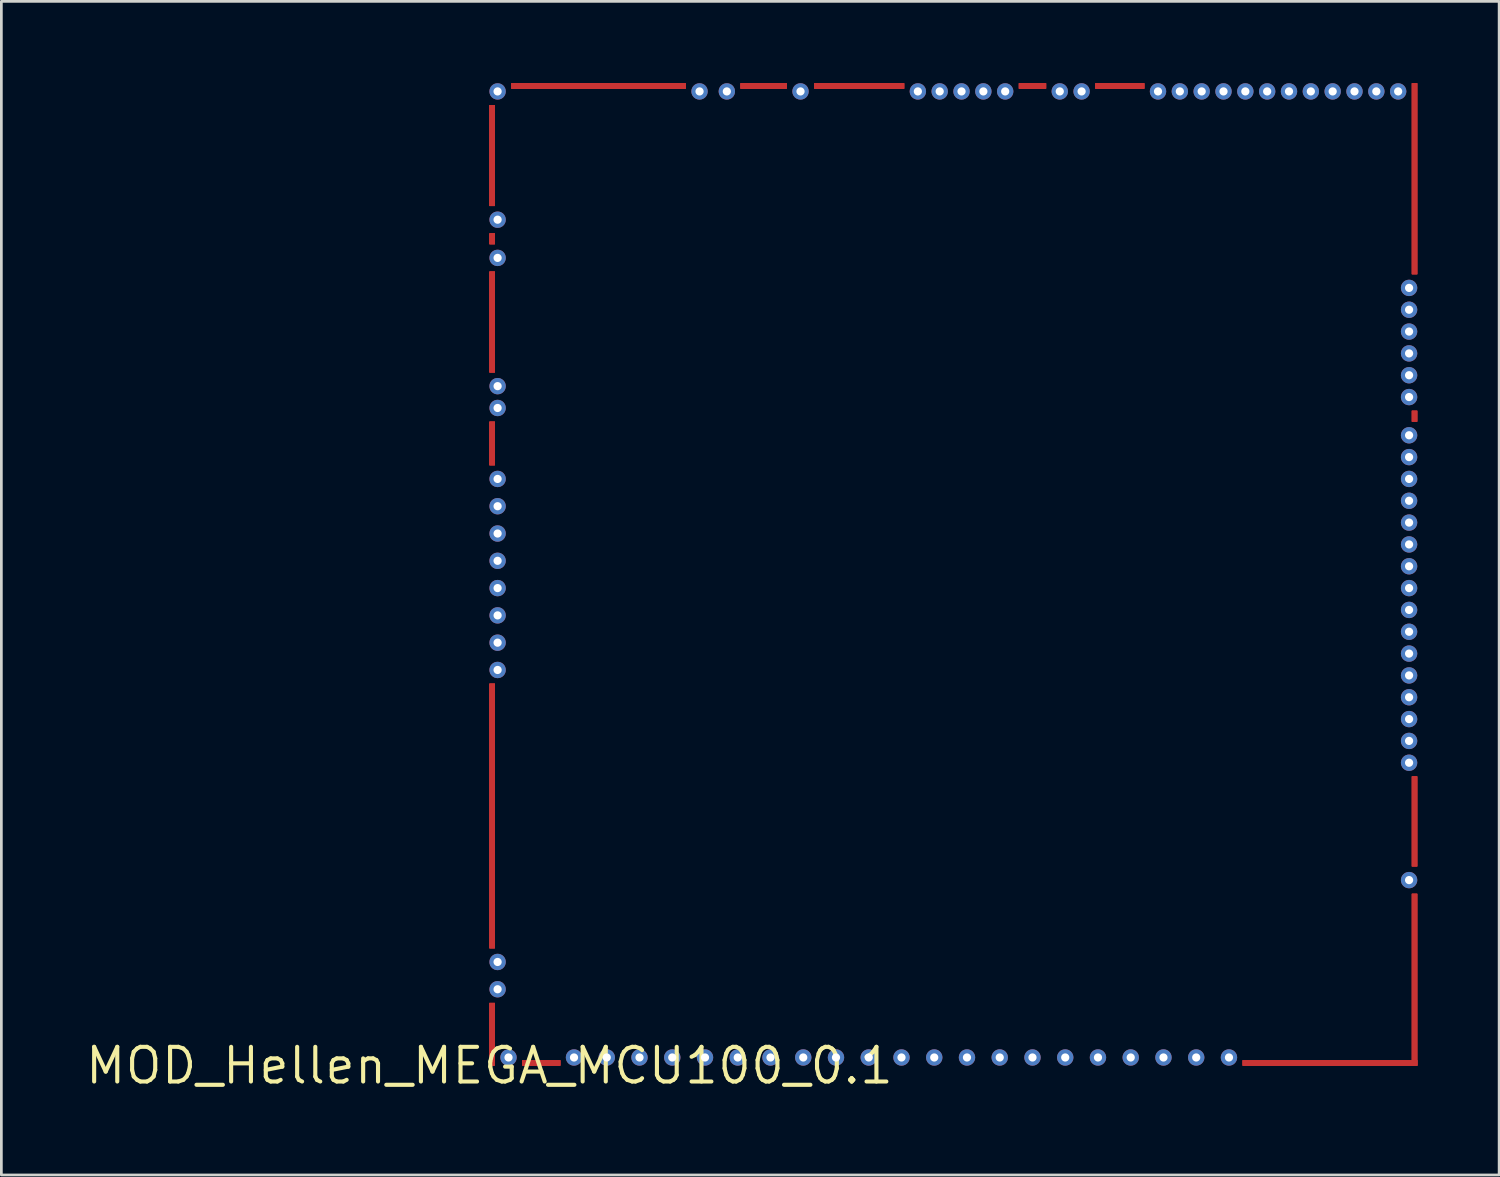
<source format=kicad_pcb>
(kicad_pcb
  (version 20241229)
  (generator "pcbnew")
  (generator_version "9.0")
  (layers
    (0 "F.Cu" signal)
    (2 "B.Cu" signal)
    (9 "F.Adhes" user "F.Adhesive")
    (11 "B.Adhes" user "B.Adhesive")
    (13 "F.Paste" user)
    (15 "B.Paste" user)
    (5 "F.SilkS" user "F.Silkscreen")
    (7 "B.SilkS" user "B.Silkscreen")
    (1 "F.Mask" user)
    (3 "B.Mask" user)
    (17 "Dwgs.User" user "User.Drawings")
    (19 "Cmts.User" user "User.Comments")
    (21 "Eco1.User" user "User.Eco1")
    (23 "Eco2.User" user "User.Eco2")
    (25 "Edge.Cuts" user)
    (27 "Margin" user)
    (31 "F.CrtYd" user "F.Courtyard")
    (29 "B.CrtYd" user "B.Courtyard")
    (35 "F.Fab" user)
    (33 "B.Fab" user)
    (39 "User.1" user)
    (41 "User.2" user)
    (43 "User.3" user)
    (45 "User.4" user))
  (footprint "MOD_Hellen_MEGA_MCU100_0.1"
    (layer "F.Cu")
    (at 14.884 36)
    (property "Reference" "MOD_Hellen_MEGA_MCU100_0.1" (at 0 0 0) (layer "F.SilkS") (effects (font (size 1.27 1.27) (thickness 0.15))))
    (attr through_hole)
    (pad "1" thru_hole oval (at 33.7 -6.8 270) (size 0.6 0.6) (drill 0.3) (layers "F.Cu" "F.Mask"))
    (pad "2" thru_hole oval (at 33.7 -11.1 270) (size 0.6 0.6) (drill 0.3) (layers "F.Cu" "F.Mask"))
    (pad "3" thru_hole oval (at 33.7 -11.9 180) (size 0.6 0.6) (drill 0.3) (layers "F.Cu" "F.Mask"))
    (pad "4" thru_hole oval (at 33.7 -12.7 180) (size 0.6 0.6) (drill 0.3) (layers "F.Cu" "F.Mask"))
    (pad "5" thru_hole oval (at 33.7 -13.5 270) (size 0.6 0.6) (drill 0.3) (layers "F.Cu" "F.Mask"))
    (pad "6" thru_hole oval (at 33.7 -14.3) (size 0.6 0.6) (drill 0.3) (layers "F.Cu" "F.Mask"))
    (pad "7" thru_hole oval (at 33.7 -15.1) (size 0.6 0.6) (drill 0.3) (layers "F.Cu" "F.Mask"))
    (pad "8" thru_hole oval (at 33.7 -15.9) (size 0.6 0.6) (drill 0.3) (layers "F.Cu" "F.Mask"))
    (pad "9" thru_hole oval (at 33.7 -16.7) (size 0.6 0.6) (drill 0.3) (layers "F.Cu" "F.Mask"))
    (pad "10" thru_hole oval (at 33.7 -17.5 180) (size 0.6 0.6) (drill 0.3) (layers "F.Cu" "F.Mask"))
    (pad "11" thru_hole oval (at 33.7 -18.3 180) (size 0.6 0.6) (drill 0.3) (layers "F.Cu" "F.Mask"))
    (pad "12" thru_hole oval (at 33.7 -19.1 180) (size 0.6 0.6) (drill 0.3) (layers "F.Cu" "F.Mask"))
    (pad "13" thru_hole oval (at 33.7 -19.9 180) (size 0.6 0.6) (drill 0.3) (layers "F.Cu" "F.Mask"))
    (pad "14" thru_hole oval (at 33.7 -20.7 180) (size 0.6 0.6) (drill 0.3) (layers "F.Cu" "F.Mask"))
    (pad "15" thru_hole oval (at 33.7 -21.5 180) (size 0.6 0.6) (drill 0.3) (layers "F.Cu" "F.Mask"))
    (pad "16" thru_hole oval (at 33.7 -22.3 270) (size 0.6 0.6) (drill 0.3) (layers "F.Cu" "F.Mask"))
    (pad "17" thru_hole oval (at 33.7 -23.1 270) (size 0.6 0.6) (drill 0.3) (layers "F.Cu" "F.Mask"))
    (pad "18" thru_hole oval (at 33.7 -24.5 270) (size 0.6 0.6) (drill 0.3) (layers "F.Cu" "F.Mask"))
    (pad "19" thru_hole oval (at 33.7 -25.3 270) (size 0.6 0.6) (drill 0.3) (layers "F.Cu" "F.Mask"))
    (pad "20" thru_hole oval (at 33.7 -26.1 270) (size 0.6 0.6) (drill 0.3) (layers "F.Cu" "F.Mask"))
    (pad "21" thru_hole oval (at 33.7 -26.9 270) (size 0.6 0.6) (drill 0.3) (layers "F.Cu" "F.Mask"))
    (pad "22" thru_hole oval (at 33.7 -27.7 270) (size 0.6 0.6) (drill 0.3) (layers "F.Cu" "F.Mask"))
    (pad "23" thru_hole oval (at 33.7 -28.5 180) (size 0.6 0.6) (drill 0.3) (layers "F.Cu" "F.Mask"))
    (pad "24" smd rect (at 19.9 -35.9 270) (size 0.2 1) (layers "F.Cu" "F.Mask"))
    (pad "25" smd rect (at 13.55 -35.9 270) (size 0.2 3.3) (layers "F.Cu" "F.Mask"))
    (pad "26" smd rect (at 10.05 -35.9 270) (size 0.2 1.7) (layers "F.Cu" "F.Mask"))
    (pad "27" smd rect (at 33.9 -8.95 180) (size 0.2 3.3) (layers "F.Cu" "F.Mask"))
    (pad "28" smd rect (at 23.1 -35.9 270) (size 0.2 1.8) (layers "F.Cu" "F.Mask"))
    (pad "29" smd rect (at 30.8 -0.1 90) (size 0.2 6.4) (layers "F.Cu" "F.Mask"))
    (pad "30" smd rect (at 0.1 -9.15) (size 0.2 9.7) (layers "F.Cu" "F.Mask"))
    (pad "31" smd rect (at 0.1 -1.15) (size 0.2 2.3) (layers "F.Cu" "F.Mask"))
    (pad "32" smd rect (at 0.1 -22.8) (size 0.2 1.6) (layers "F.Cu" "F.Mask"))
    (pad "33" smd rect (at 4 -35.9 270) (size 0.2 6.4) (layers "F.Cu" "F.Mask"))
    (pad "34" smd rect (at 1.9 -0.1 90) (size 0.2 1.4) (layers "F.Cu" "F.Mask"))
    (pad "35" smd rect (at 33.9 -3.15 180) (size 0.2 6.3) (layers "F.Cu" "F.Mask"))
    (pad "36" smd rect (at 33.9 -32.5 180) (size 0.2 7) (layers "F.Cu" "F.Mask"))
    (pad "37" smd rect (at 0.1 -27.25) (size 0.2 3.7) (layers "F.Cu" "F.Mask"))
    (pad "38" smd rect (at 0.1 -30.3) (size 0.2 0.4) (layers "F.Cu" "F.Mask"))
    (pad "39" smd rect (at 0.1 -33.35) (size 0.2 3.7) (layers "F.Cu" "F.Mask"))
    (pad "40" smd rect (at 33.9 -23.8 180) (size 0.2 0.4) (layers "F.Cu" "F.Mask"))
    (pad "41" smd rect (at 19.9 -35.9 270) (size 0.2 1) (layers "F.Cu" "F.Mask"))
    (pad "42" smd rect (at 13.55 -35.9 270) (size 0.2 3.3) (layers "F.Cu" "F.Mask"))
    (pad "43" smd rect (at 10.05 -35.9 270) (size 0.2 1.7) (layers "F.Cu" "F.Mask"))
    (pad "44" smd rect (at 33.9 -8.95 180) (size 0.2 3.3) (layers "F.Cu" "F.Mask"))
    (pad "45" smd rect (at 23.1 -35.9 270) (size 0.2 1.8) (layers "F.Cu" "F.Mask"))
    (pad "46" smd rect (at 30.8 -0.1 90) (size 0.2 6.4) (layers "F.Cu" "F.Mask"))
    (pad "47" smd rect (at 0.1 -9.15) (size 0.2 9.7) (layers "F.Cu" "F.Mask"))
    (pad "48" smd rect (at 0.1 -1.15) (size 0.2 2.3) (layers "F.Cu" "F.Mask"))
    (pad "49" smd rect (at 0.1 -22.8) (size 0.2 1.6) (layers "F.Cu" "F.Mask"))
    (pad "50" smd rect (at 4 -35.9 270) (size 0.2 6.4) (layers "F.Cu" "F.Mask"))
    (pad "51" smd rect (at 1.9 -0.1 90) (size 0.2 1.4) (layers "F.Cu" "F.Mask"))
    (pad "52" smd rect (at 33.9 -3.15 180) (size 0.2 6.3) (layers "F.Cu" "F.Mask"))
    (pad "53" smd rect (at 33.9 -32.5 180) (size 0.2 7) (layers "F.Cu" "F.Mask"))
    (pad "54" smd rect (at 0.1 -27.25) (size 0.2 3.7) (layers "F.Cu" "F.Mask"))
    (pad "55" smd rect (at 0.1 -30.3) (size 0.2 0.4) (layers "F.Cu" "F.Mask"))
    (pad "56" smd rect (at 0.1 -33.35) (size 0.2 3.7) (layers "F.Cu" "F.Mask"))
    (pad "57" smd rect (at 33.9 -23.8 180) (size 0.2 0.4) (layers "F.Cu" "F.Mask"))
    (pad "58" smd rect (at 19.9 -35.9 270) (size 0.2 1) (layers "F.Cu" "F.Mask"))
    (pad "59" smd rect (at 13.55 -35.9 270) (size 0.2 3.3) (layers "F.Cu" "F.Mask"))
    (pad "60" smd rect (at 10.05 -35.9 270) (size 0.2 1.7) (layers "F.Cu" "F.Mask"))
    (pad "61" smd rect (at 33.9 -8.95 180) (size 0.2 3.3) (layers "F.Cu" "F.Mask"))
    (pad "62" smd rect (at 23.1 -35.9 270) (size 0.2 1.8) (layers "F.Cu" "F.Mask"))
    (pad "63" smd rect (at 30.8 -0.1 90) (size 0.2 6.4) (layers "F.Cu" "F.Mask"))
    (pad "64" smd rect (at 0.1 -9.15) (size 0.2 9.7) (layers "F.Cu" "F.Mask"))
    (pad "65" smd rect (at 0.1 -1.15) (size 0.2 2.3) (layers "F.Cu" "F.Mask"))
    (pad "66" smd rect (at 0.1 -22.8) (size 0.2 1.6) (layers "F.Cu" "F.Mask"))
    (pad "67" smd rect (at 4 -35.9 270) (size 0.2 6.4) (layers "F.Cu" "F.Mask"))
    (pad "68" smd rect (at 1.9 -0.1 90) (size 0.2 1.4) (layers "F.Cu" "F.Mask"))
    (pad "69" smd rect (at 33.9 -3.15 180) (size 0.2 6.3) (layers "F.Cu" "F.Mask"))
    (pad "70" smd rect (at 33.9 -32.5 180) (size 0.2 7) (layers "F.Cu" "F.Mask"))
    (pad "71" smd rect (at 0.1 -27.25) (size 0.2 3.7) (layers "F.Cu" "F.Mask"))
    (pad "72" smd rect (at 0.1 -30.3) (size 0.2 0.4) (layers "F.Cu" "F.Mask"))
    (pad "73" smd rect (at 0.1 -33.35) (size 0.2 3.7) (layers "F.Cu" "F.Mask"))
    (pad "74" smd rect (at 33.9 -23.8 180) (size 0.2 0.4) (layers "F.Cu" "F.Mask"))
    (pad "75" smd rect (at 19.9 -35.9 270) (size 0.2 1) (layers "F.Cu" "F.Mask"))
    (pad "76" smd rect (at 13.55 -35.9 270) (size 0.2 3.3) (layers "F.Cu" "F.Mask"))
    (pad "77" smd rect (at 10.05 -35.9 270) (size 0.2 1.7) (layers "F.Cu" "F.Mask"))
    (pad "78" smd rect (at 33.9 -8.95 180) (size 0.2 3.3) (layers "F.Cu" "F.Mask"))
    (pad "79" smd rect (at 23.1 -35.9 270) (size 0.2 1.8) (layers "F.Cu" "F.Mask"))
    (pad "80" smd rect (at 30.8 -0.1 90) (size 0.2 6.4) (layers "F.Cu" "F.Mask"))
    (pad "81" smd rect (at 0.1 -9.15) (size 0.2 9.7) (layers "F.Cu" "F.Mask"))
    (pad "82" smd rect (at 0.1 -1.15) (size 0.2 2.3) (layers "F.Cu" "F.Mask"))
    (pad "83" smd rect (at 0.1 -22.8) (size 0.2 1.6) (layers "F.Cu" "F.Mask"))
    (pad "84" smd rect (at 4 -35.9 270) (size 0.2 6.4) (layers "F.Cu" "F.Mask"))
    (pad "85" smd rect (at 1.9 -0.1 90) (size 0.2 1.4) (layers "F.Cu" "F.Mask"))
    (pad "86" smd rect (at 33.9 -3.15 180) (size 0.2 6.3) (layers "F.Cu" "F.Mask"))
    (pad "87" smd rect (at 33.9 -32.5 180) (size 0.2 7) (layers "F.Cu" "F.Mask"))
    (pad "88" smd rect (at 0.1 -27.25) (size 0.2 3.7) (layers "F.Cu" "F.Mask"))
    (pad "89" smd rect (at 0.1 -30.3) (size 0.2 0.4) (layers "F.Cu" "F.Mask"))
    (pad "90" smd rect (at 0.1 -33.35) (size 0.2 3.7) (layers "F.Cu" "F.Mask"))
    (pad "91" smd rect (at 33.9 -23.8 180) (size 0.2 0.4) (layers "F.Cu" "F.Mask"))
    (pad "92" thru_hole oval (at 33.3 -35.7 270) (size 0.6 0.6) (drill 0.3) (layers "F.Cu" "F.Mask"))
    (pad "93" thru_hole oval (at 32.5 -35.7 270) (size 0.6 0.6) (drill 0.3) (layers "F.Cu" "F.Mask"))
    (pad "94" thru_hole oval (at 31.7 -35.7 270) (size 0.6 0.6) (drill 0.3) (layers "F.Cu" "F.Mask"))
    (pad "95" thru_hole oval (at 30.9 -35.7 270) (size 0.6 0.6) (drill 0.3) (layers "F.Cu" "F.Mask"))
    (pad "96" thru_hole oval (at 30.1 -35.7 270) (size 0.6 0.6) (drill 0.3) (layers "F.Cu" "F.Mask"))
    (pad "97" thru_hole oval (at 29.3 -35.7 270) (size 0.6 0.6) (drill 0.3) (layers "F.Cu" "F.Mask"))
    (pad "98" thru_hole oval (at 28.5 -35.7 90) (size 0.6 0.6) (drill 0.3) (layers "F.Cu" "F.Mask"))
    (pad "99" thru_hole oval (at 27.7 -35.7 270) (size 0.6 0.6) (drill 0.3) (layers "F.Cu" "F.Mask"))
    (pad "100" thru_hole oval (at 26.9 -35.7 90) (size 0.6 0.6) (drill 0.3) (layers "F.Cu" "F.Mask"))
    (pad "101" thru_hole oval (at 26.1 -35.7 90) (size 0.6 0.6) (drill 0.3) (layers "F.Cu" "F.Mask"))
    (pad "102" thru_hole oval (at 25.3 -35.7 90) (size 0.6 0.6) (drill 0.3) (layers "F.Cu" "F.Mask"))
    (pad "103" thru_hole oval (at 24.5 -35.7 90) (size 0.6 0.6) (drill 0.3) (layers "F.Cu" "F.Mask"))
    (pad "104" thru_hole oval (at 21.7 -35.7 270) (size 0.6 0.6) (drill 0.3) (layers "F.Cu" "F.Mask"))
    (pad "105" thru_hole oval (at 20.9 -35.7 270) (size 0.6 0.6) (drill 0.3) (layers "F.Cu" "F.Mask"))
    (pad "106" thru_hole oval (at 18.9 -35.7 270) (size 0.6 0.6) (drill 0.3) (layers "F.Cu" "F.Mask"))
    (pad "107" thru_hole oval (at 18.1 -35.7 90) (size 0.6 0.6) (drill 0.3) (layers "F.Cu" "F.Mask"))
    (pad "108" thru_hole oval (at 17.3 -35.7 270) (size 0.6 0.6) (drill 0.3) (layers "F.Cu" "F.Mask"))
    (pad "109" thru_hole oval (at 16.5 -35.7 270) (size 0.6 0.6) (drill 0.3) (layers "F.Cu" "F.Mask"))
    (pad "110" thru_hole oval (at 15.7 -35.7 270) (size 0.6 0.6) (drill 0.3) (layers "F.Cu" "F.Mask"))
    (pad "111" thru_hole oval (at 11.4 -35.7 270) (size 0.6 0.6) (drill 0.3) (layers "F.Cu" "F.Mask"))
    (pad "112" thru_hole oval (at 8.7 -35.7 270) (size 0.6 0.6) (drill 0.3) (layers "F.Cu" "F.Mask"))
    (pad "113" thru_hole oval (at 7.7 -35.7 270) (size 0.6 0.6) (drill 0.3) (layers "F.Cu" "F.Mask"))
    (pad "114" thru_hole oval (at 0.3 -35.7 270) (size 0.6 0.6) (drill 0.3) (layers "F.Cu" "F.Mask"))
    (pad "115" thru_hole oval (at 27.1 -0.3 270) (size 0.6 0.6) (drill 0.3) (layers "F.Cu" "F.Mask"))
    (pad "116" thru_hole oval (at 25.9 -0.3 270) (size 0.6 0.6) (drill 0.3) (layers "F.Cu" "F.Mask"))
    (pad "117" thru_hole oval (at 24.7 -0.3 270) (size 0.6 0.6) (drill 0.3) (layers "F.Cu" "F.Mask"))
    (pad "118" thru_hole oval (at 23.5 -0.3 270) (size 0.6 0.6) (drill 0.3) (layers "F.Cu" "F.Mask"))
    (pad "119" thru_hole oval (at 22.3 -0.3 270) (size 0.6 0.6) (drill 0.3) (layers "F.Cu" "F.Mask"))
    (pad "120" thru_hole oval (at 21.1 -0.3 270) (size 0.6 0.6) (drill 0.3) (layers "F.Cu" "F.Mask"))
    (pad "121" thru_hole oval (at 19.9 -0.3 270) (size 0.6 0.6) (drill 0.3) (layers "F.Cu" "F.Mask"))
    (pad "122" thru_hole oval (at 18.7 -0.3 270) (size 0.6 0.6) (drill 0.3) (layers "F.Cu" "F.Mask"))
    (pad "123" thru_hole oval (at 17.5 -0.3 270) (size 0.6 0.6) (drill 0.3) (layers "F.Cu" "F.Mask"))
    (pad "124" thru_hole oval (at 16.3 -0.3 270) (size 0.6 0.6) (drill 0.3) (layers "F.Cu" "F.Mask"))
    (pad "125" thru_hole oval (at 15.1 -0.3 270) (size 0.6 0.6) (drill 0.3) (layers "F.Cu" "F.Mask"))
    (pad "126" thru_hole oval (at 13.9 -0.3 270) (size 0.6 0.6) (drill 0.3) (layers "F.Cu" "F.Mask"))
    (pad "127" thru_hole oval (at 12.7 -0.3 270) (size 0.6 0.6) (drill 0.3) (layers "F.Cu" "F.Mask"))
    (pad "128" thru_hole oval (at 11.5 -0.3 270) (size 0.6 0.6) (drill 0.3) (layers "F.Cu" "F.Mask"))
    (pad "129" thru_hole oval (at 10.3 -0.3 270) (size 0.6 0.6) (drill 0.3) (layers "F.Cu" "F.Mask"))
    (pad "130" thru_hole oval (at 9.1 -0.3 270) (size 0.6 0.6) (drill 0.3) (layers "F.Cu" "F.Mask"))
    (pad "131" thru_hole oval (at 7.9 -0.3 270) (size 0.6 0.6) (drill 0.3) (layers "F.Cu" "F.Mask"))
    (pad "132" thru_hole oval (at 6.7 -0.3 270) (size 0.6 0.6) (drill 0.3) (layers "F.Cu" "F.Mask"))
    (pad "133" thru_hole oval (at 5.5 -0.3 270) (size 0.6 0.6) (drill 0.3) (layers "F.Cu" "F.Mask"))
    (pad "134" thru_hole oval (at 4.3 -0.3 270) (size 0.6 0.6) (drill 0.3) (layers "F.Cu" "F.Mask"))
    (pad "135" thru_hole oval (at 3.1 -0.3 270) (size 0.6 0.6) (drill 0.3) (layers "F.Cu" "F.Mask"))
    (pad "136" thru_hole oval (at 0.7 -0.3 270) (size 0.6 0.6) (drill 0.3) (layers "F.Cu" "F.Mask"))
    (pad "137" thru_hole oval (at 0.3 -2.8 180) (size 0.6 0.6) (drill 0.3) (layers "F.Cu" "F.Mask"))
    (pad "138" thru_hole oval (at 0.3 -3.8 270) (size 0.6 0.6) (drill 0.3) (layers "F.Cu" "F.Mask"))
    (pad "139" thru_hole oval (at 0.3 -14.5 180) (size 0.6 0.6) (drill 0.3) (layers "F.Cu" "F.Mask"))
    (pad "140" thru_hole oval (at 0.3 -15.5 180) (size 0.6 0.6) (drill 0.3) (layers "F.Cu" "F.Mask"))
    (pad "141" thru_hole oval (at 0.3 -16.5 180) (size 0.6 0.6) (drill 0.3) (layers "F.Cu" "F.Mask"))
    (pad "142" thru_hole oval (at 0.3 -17.5 180) (size 0.6 0.6) (drill 0.3) (layers "F.Cu" "F.Mask"))
    (pad "143" thru_hole oval (at 0.3 -18.5 180) (size 0.6 0.6) (drill 0.3) (layers "F.Cu" "F.Mask"))
    (pad "144" thru_hole oval (at 0.3 -19.5 180) (size 0.6 0.6) (drill 0.3) (layers "F.Cu" "F.Mask"))
    (pad "145" thru_hole oval (at 0.3 -20.5 180) (size 0.6 0.6) (drill 0.3) (layers "F.Cu" "F.Mask"))
    (pad "146" thru_hole oval (at 0.3 -21.5 180) (size 0.6 0.6) (drill 0.3) (layers "F.Cu" "F.Mask"))
    (pad "147" thru_hole oval (at 0.3 -24.1 270) (size 0.6 0.6) (drill 0.3) (layers "F.Cu" "F.Mask"))
    (pad "148" thru_hole oval (at 0.3 -24.9 270) (size 0.6 0.6) (drill 0.3) (layers "F.Cu" "F.Mask"))
    (pad "149" thru_hole oval (at 0.3 -29.6 180) (size 0.6 0.6) (drill 0.3) (layers "F.Cu" "F.Mask"))
    (pad "150" thru_hole oval (at 0.3 -31 270) (size 0.6 0.6) (drill 0.3) (layers "F.Cu" "F.Mask")))
  (gr_rect
    (start -3 -3)
    (end 51.884 40.006)
    (stroke (width 0.1) (type default))
    (fill no)
    (layer "Edge.Cuts")))
</source>
